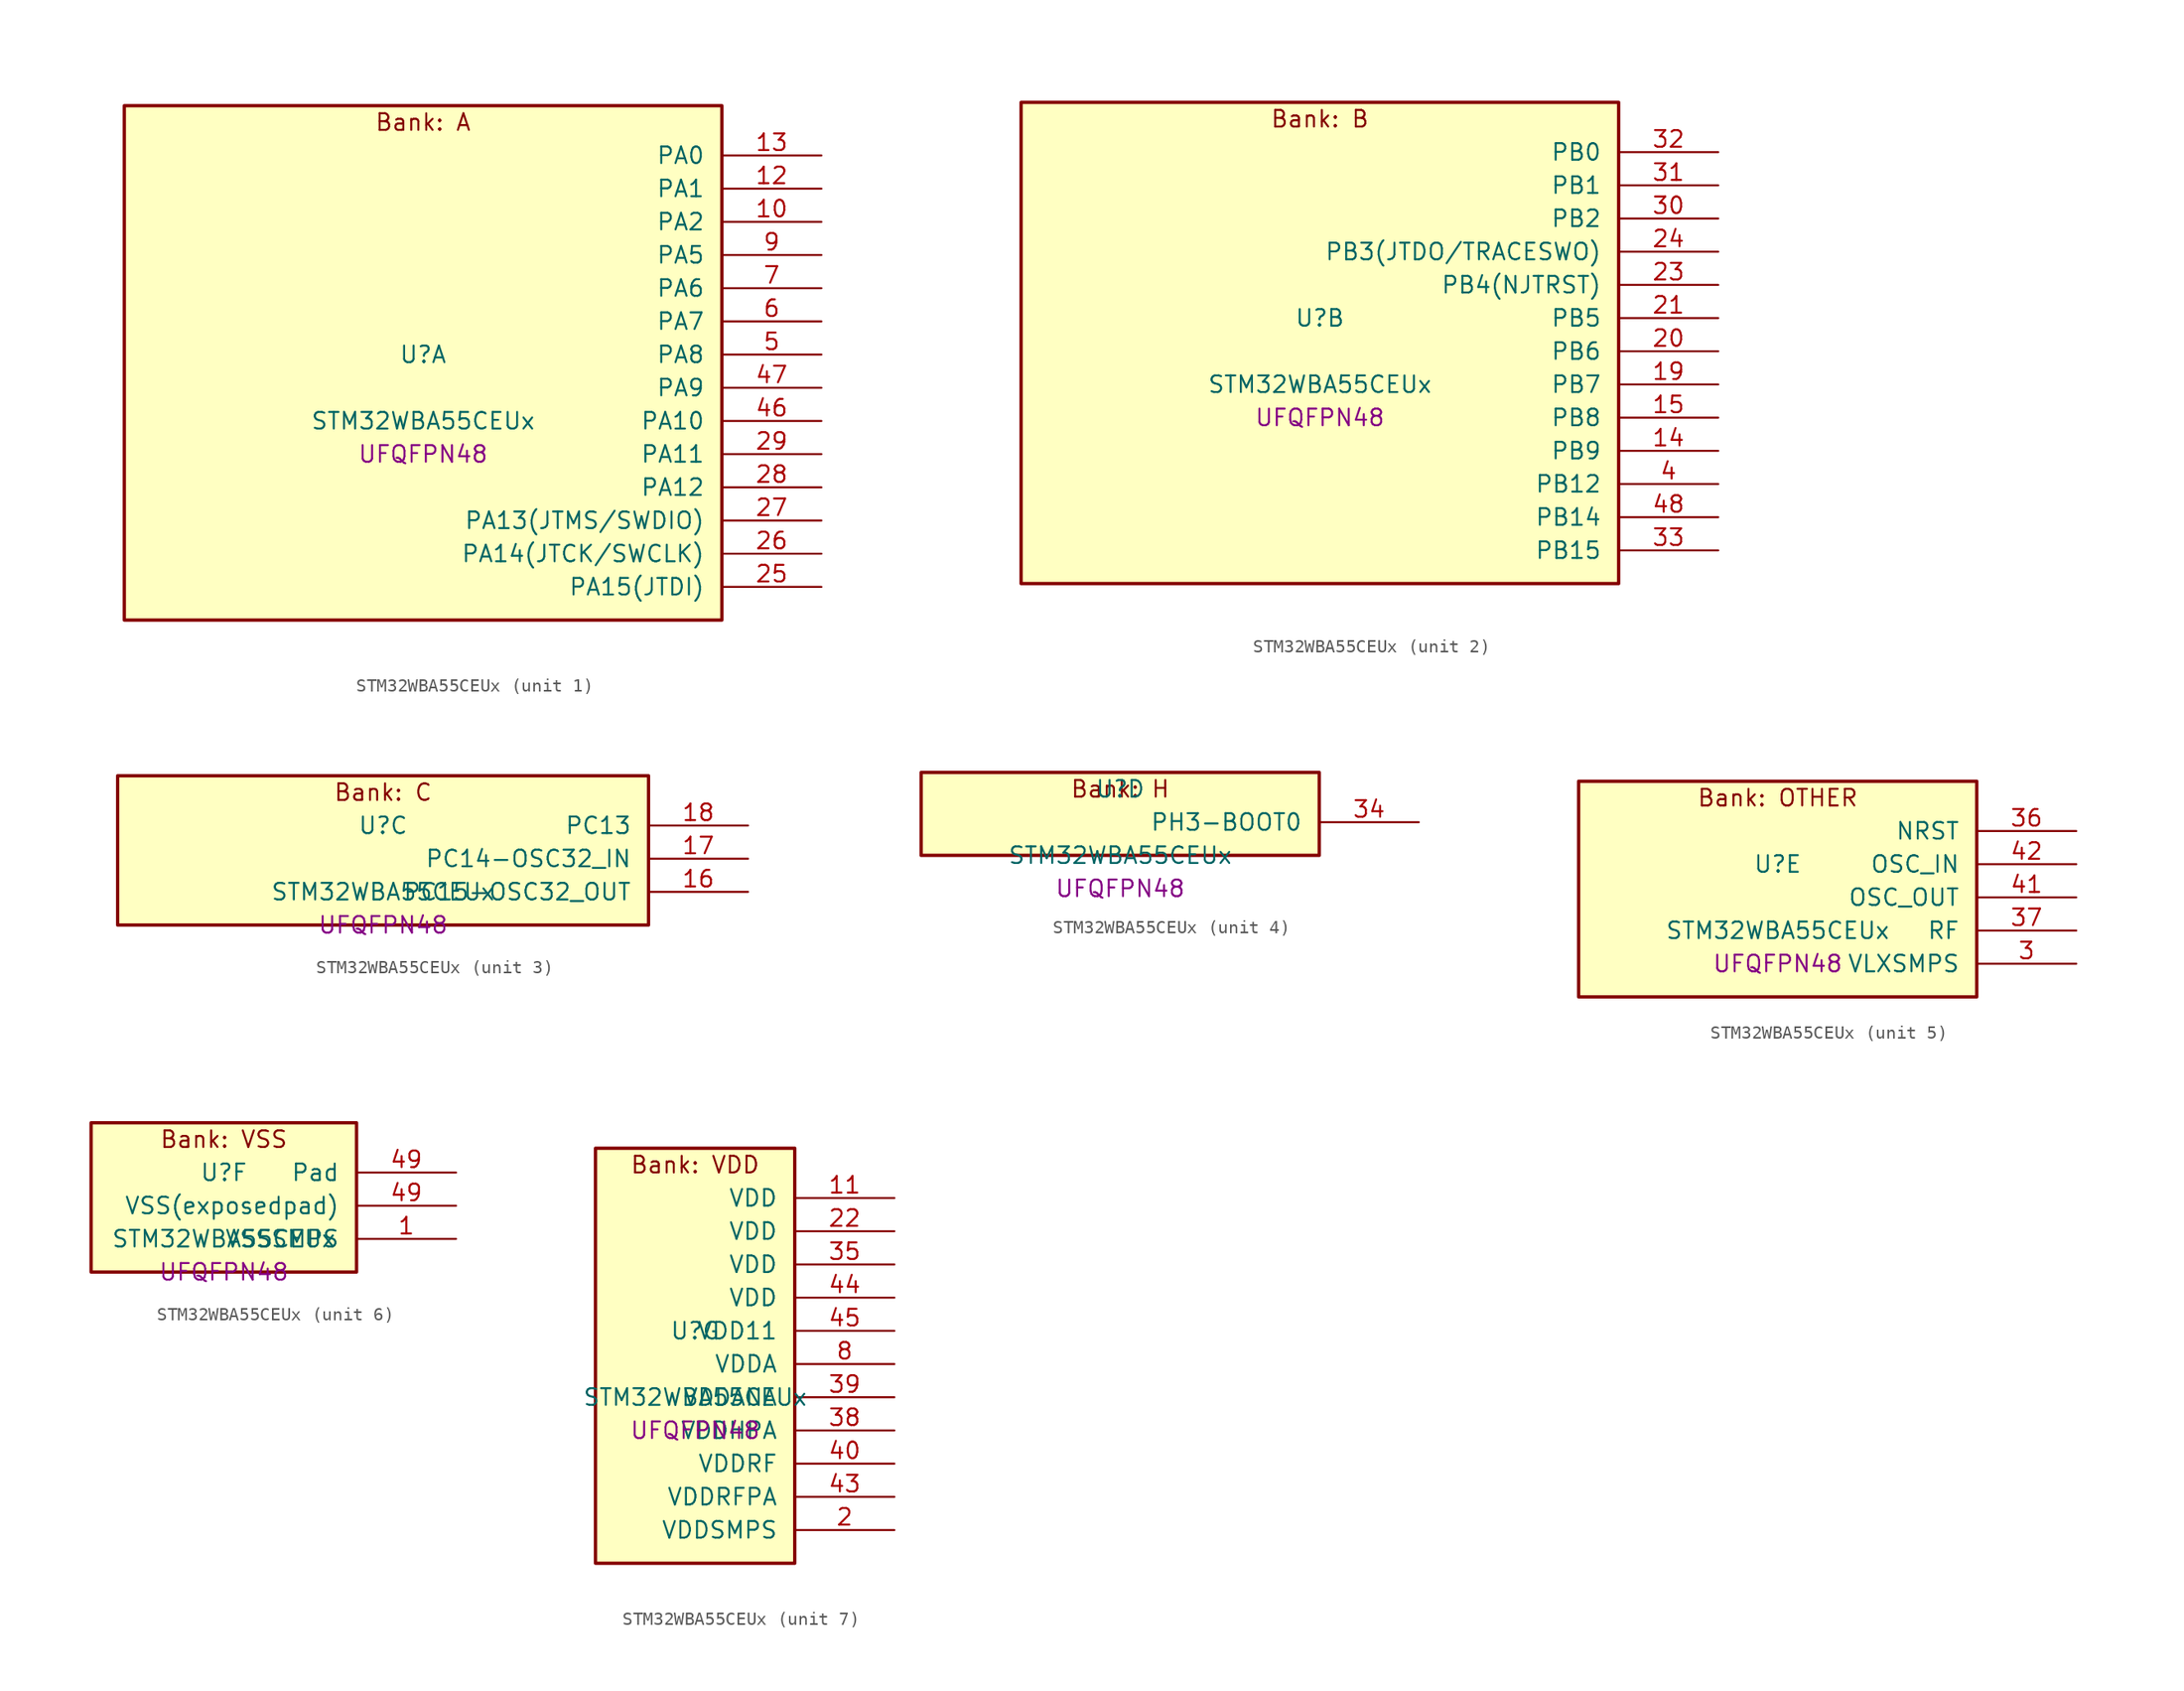
<source format=kicad_sym>
(kicad_symbol_lib
  (version 20241209)
  (generator "stm32_pkl_generator")
  (generator_version "1.0")
  (symbol "STM32WBA55CEUx"
    (pin_names
      (offset 1.27))
    (property "Reference" "U"
      (at 0 2.54 0))
    (property "Value" "STM32WBA55CEUx"
      (at 0 -2.54 0))
    (property "Footprint" "UFQFPN48"
      (at 0 -5.08 0))
    (symbol "STM32WBA55CEUx_1_1"
      (rectangle (start -22.86 21.59) (end 22.86 -17.78) (stroke (width 0.254) (type solid)) (fill (type background)))
      (text "Bank: A" (at 0 20.32 0))
      (pin bidirectional line (at 30.48 17.78 180) (length 7.62) (name "PA0") (number "13") (alternate "PA0/ADC4_IN9" bidirectional line) (alternate "PA0/COMP2_INP" bidirectional line) (alternate "PA0/LPTIM1_IN1" bidirectional line) (alternate "PA0/LPUART1_CTS" bidirectional line) (alternate "PA0/PWR_WKUP1" bidirectional line) (alternate "PA0/SPI3_SCK" bidirectional line) (alternate "PA0/TIM1_CH2N" bidirectional line) (alternate "PA0/TIM3_CH3" bidirectional line) (alternate "PA0/TIM3_ETR" bidirectional line) (alternate "PA0/TSC_G2_IO2" bidirectional line))
      (pin bidirectional line (at 30.48 15.24 180) (length 7.62) (name "PA1") (number "12") (alternate "PA1/ADC4_IN8" bidirectional line) (alternate "PA1/COMP1_INM" bidirectional line) (alternate "PA1/LPTIM2_CH2" bidirectional line) (alternate "PA1/LPUART1_RX" bidirectional line) (alternate "PA1/PWR_WKUP3" bidirectional line) (alternate "PA1/SAI1_CK1" bidirectional line) (alternate "PA1/SPI1_RDY" bidirectional line) (alternate "PA1/TIM17_CH1" bidirectional line) (alternate "PA1/TIM1_CH1N" bidirectional line) (alternate "PA1/TIM3_CH2" bidirectional line) (alternate "PA1/TSC_G2_IO1" bidirectional line) (alternate "PA1/USART1_CK" bidirectional line))
      (pin bidirectional line (at 30.48 12.7 180) (length 7.62) (name "PA2") (number "10") (alternate "PA2/ADC4_IN7" bidirectional line) (alternate "PA2/COMP1_INP" bidirectional line) (alternate "PA2/LPUART1_TX" bidirectional line) (alternate "PA2/PWR_WKUP4" bidirectional line) (alternate "PA2/RCC_LSCO" bidirectional line) (alternate "PA2/SAI1_D1" bidirectional line) (alternate "PA2/TIM16_CH1" bidirectional line) (alternate "PA2/TIM1_BKIN" bidirectional line) (alternate "PA2/TIM3_CH1" bidirectional line) (alternate "PA2/TSC_G4_IO4" bidirectional line) (alternate "PA2/USART1_DE" bidirectional line) (alternate "PA2/USART1_RTS" bidirectional line))
      (pin bidirectional line (at 30.48 10.16 180) (length 7.62) (name "PA5") (number "9") (alternate "PA5/ADC4_IN4" bidirectional line) (alternate "PA5/AUDIOCLK" bidirectional line) (alternate "PA5/LPTIM2_ETR" bidirectional line) (alternate "PA5/PWR_CSLEEP" bidirectional line) (alternate "PA5/PWR_WKUP6" bidirectional line) (alternate "PA5/SAI1_D2" bidirectional line) (alternate "PA5/SPI3_NSS" bidirectional line) (alternate "PA5/TIM2_CH1" bidirectional line) (alternate "PA5/TIM2_ETR" bidirectional line) (alternate "PA5/TSC_G1_IO4" bidirectional line) (alternate "PA5/USART1_CK" bidirectional line))
      (pin bidirectional line (at 30.48 7.62 180) (length 7.62) (name "PA6") (number "7") (alternate "PA6/ADC4_IN3" bidirectional line) (alternate "PA6/I2C3_SCL" bidirectional line) (alternate "PA6/PWR_CSTOP" bidirectional line) (alternate "PA6/PWR_WKUP7" bidirectional line) (alternate "PA6/SAI1_CK2" bidirectional line) (alternate "PA6/SAI1_MCLK_A" bidirectional line) (alternate "PA6/SPI3_RDY" bidirectional line) (alternate "PA6/TIM2_CH4" bidirectional line) (alternate "PA6/TSC_G1_IO3" bidirectional line) (alternate "PA6/USART1_DE" bidirectional line) (alternate "PA6/USART1_RTS" bidirectional line))
      (pin bidirectional line (at 30.48 5.08 180) (length 7.62) (name "PA7") (number "6") (alternate "PA7/ADC4_IN2" bidirectional line) (alternate "PA7/COMP1_OUT" bidirectional line) (alternate "PA7/I2C3_SDA" bidirectional line) (alternate "PA7/PWR_WKUP8" bidirectional line) (alternate "PA7/SAI1_SCK_A" bidirectional line) (alternate "PA7/TAMP_IN1" bidirectional line) (alternate "PA7/TAMP_OUT2" bidirectional line) (alternate "PA7/TIM2_CH3" bidirectional line) (alternate "PA7/TSC_G1_IO2" bidirectional line) (alternate "PA7/USART1_CTS" bidirectional line))
      (pin bidirectional line (at 30.48 2.54 180) (length 7.62) (name "PA8") (number "5") (alternate "PA8/ADC4_IN1" bidirectional line) (alternate "PA8/LPTIM1_CH2" bidirectional line) (alternate "PA8/RCC_MCO" bidirectional line) (alternate "PA8/SAI1_FS_A" bidirectional line) (alternate "PA8/SPI3_RDY" bidirectional line) (alternate "PA8/TIM2_CH2" bidirectional line) (alternate "PA8/TSC_G1_IO1" bidirectional line) (alternate "PA8/USART1_RX" bidirectional line))
      (pin bidirectional line (at 30.48 0 180) (length 7.62) (name "PA9") (number "47") (alternate "PA9/LPUART1_DE" bidirectional line) (alternate "PA9/LPUART1_RTS" bidirectional line) (alternate "PA9/SAI1_CK1" bidirectional line) (alternate "PA9/TIM3_CH2" bidirectional line))
      (pin bidirectional line (at 30.48 -2.54 180) (length 7.62) (name "PA10") (number "46") (alternate "PA10/LPUART1_RX" bidirectional line) (alternate "PA10/SAI1_D1" bidirectional line) (alternate "PA10/TIM3_CH1" bidirectional line))
      (pin bidirectional line (at 30.48 -5.08 180) (length 7.62) (name "PA11") (number "29") (alternate "PA11/LPTIM2_CH1" bidirectional line) (alternate "PA11/RF_ANTSW1" bidirectional line) (alternate "PA11/TIM1_CH1" bidirectional line) (alternate "PA11/USART2_RX" bidirectional line))
      (pin bidirectional line (at 30.48 -7.62 180) (length 7.62) (name "PA12") (number "28") (alternate "PA12/COMP2_OUT" bidirectional line) (alternate "PA12/PTA_STATUS" bidirectional line) (alternate "PA12/PWR_WKUP6" bidirectional line) (alternate "PA12/RF_ANTSW0" bidirectional line) (alternate "PA12/SPI1_NSS" bidirectional line) (alternate "PA12/TIM1_CH2" bidirectional line) (alternate "PA12/TSC_G3_IO4" bidirectional line) (alternate "PA12/USART2_TX" bidirectional line))
      (pin bidirectional line (at 30.48 -10.16 180) (length 7.62) (name "PA13(JTMS/SWDIO)") (number "27") (alternate "PA13(JTMS/SWDIO)/DEBUG_JTMS-SWDIO" bidirectional line) (alternate "PA13(JTMS/SWDIO)/IR_OUT" bidirectional line) (alternate "PA13(JTMS/SWDIO)/PTA_PRIORITY" bidirectional line))
      (pin bidirectional line (at 30.48 -12.7 180) (length 7.62) (name "PA14(JTCK/SWCLK)") (number "26") (alternate "PA14(JTCK/SWCLK)/COMP2_OUT" bidirectional line) (alternate "PA14(JTCK/SWCLK)/DEBUG_JTCK-SWCLK" bidirectional line) (alternate "PA14(JTCK/SWCLK)/PTA_STATUS" bidirectional line) (alternate "PA14(JTCK/SWCLK)/TAMP_IN3" bidirectional line) (alternate "PA14(JTCK/SWCLK)/TAMP_OUT6" bidirectional line) (alternate "PA14(JTCK/SWCLK)/USART2_TX" bidirectional line))
      (pin bidirectional line (at 30.48 -15.24 180) (length 7.62) (name "PA15(JTDI)") (number "25") (alternate "PA15(JTDI)/ADC4_EXTI15" bidirectional line) (alternate "PA15(JTDI)/DEBUG_JTDI" bidirectional line) (alternate "PA15(JTDI)/I2C1_SCL" bidirectional line) (alternate "PA15(JTDI)/LPTIM1_CH2" bidirectional line) (alternate "PA15(JTDI)/PTA_STATUS" bidirectional line) (alternate "PA15(JTDI)/SPI1_MOSI" bidirectional line) (alternate "PA15(JTDI)/TIM17_BKIN" bidirectional line) (alternate "PA15(JTDI)/TIM1_ETR" bidirectional line) (alternate "PA15(JTDI)/TSC_G3_IO3" bidirectional line) (alternate "PA15(JTDI)/USART2_DE" bidirectional line) (alternate "PA15(JTDI)/USART2_RTS" bidirectional line)))
    (symbol "STM32WBA55CEUx_2_1"
      (rectangle (start -22.86 19.05) (end 22.86 -17.78) (stroke (width 0.254) (type solid)) (fill (type background)))
      (text "Bank: B" (at 0 17.78 0))
      (pin bidirectional line (at 30.48 15.24 180) (length 7.62) (name "PB0") (number "32") (alternate "PB0/LPTIM2_IN2" bidirectional line) (alternate "PB0/TIM1_CH3N" bidirectional line) (alternate "PB0/USART2_TX" bidirectional line))
      (pin bidirectional line (at 30.48 12.7 180) (length 7.62) (name "PB1") (number "31") (alternate "PB1/I2C1_SDA" bidirectional line) (alternate "PB1/I2C3_SDA" bidirectional line) (alternate "PB1/PWR_WKUP4" bidirectional line) (alternate "PB1/TIM1_CH2N" bidirectional line) (alternate "PB1/USART2_DE" bidirectional line) (alternate "PB1/USART2_RTS" bidirectional line))
      (pin bidirectional line (at 30.48 10.16 180) (length 7.62) (name "PB2") (number "30") (alternate "PB2/I2C1_SCL" bidirectional line) (alternate "PB2/I2C3_SCL" bidirectional line) (alternate "PB2/PWR_WKUP1" bidirectional line) (alternate "PB2/RF_ANTSW2" bidirectional line) (alternate "PB2/RTC_OUT2" bidirectional line) (alternate "PB2/TIM1_CH1N" bidirectional line) (alternate "PB2/USART2_CTS" bidirectional line))
      (pin bidirectional line (at 30.48 7.62 180) (length 7.62) (name "PB3(JTDO/TRACESWO)") (number "24") (alternate "PB3(JTDO/TRACESWO)/DEBUG_JTDO-SWO" bidirectional line) (alternate "PB3(JTDO/TRACESWO)/I2C1_SDA" bidirectional line) (alternate "PB3(JTDO/TRACESWO)/LPTIM1_IN2" bidirectional line) (alternate "PB3(JTDO/TRACESWO)/PTA_ACTIVE" bidirectional line) (alternate "PB3(JTDO/TRACESWO)/SPI1_MISO" bidirectional line) (alternate "PB3(JTDO/TRACESWO)/TIM17_CH1N" bidirectional line) (alternate "PB3(JTDO/TRACESWO)/TIM1_CH4" bidirectional line) (alternate "PB3(JTDO/TRACESWO)/TSC_G3_IO2" bidirectional line) (alternate "PB3(JTDO/TRACESWO)/USART2_CK" bidirectional line))
      (pin bidirectional line (at 30.48 5.08 180) (length 7.62) (name "PB4(NJTRST)") (number "23") (alternate "PB4(NJTRST)/DEBUG_JTRST" bidirectional line) (alternate "PB4(NJTRST)/LPTIM2_IN2" bidirectional line) (alternate "PB4(NJTRST)/PTA_ACTIVE" bidirectional line) (alternate "PB4(NJTRST)/PTA_PRIORITY" bidirectional line) (alternate "PB4(NJTRST)/SAI1_MCLK_B" bidirectional line) (alternate "PB4(NJTRST)/SPI1_SCK" bidirectional line) (alternate "PB4(NJTRST)/TIM17_CH1" bidirectional line) (alternate "PB4(NJTRST)/TIM1_CH3" bidirectional line) (alternate "PB4(NJTRST)/TSC_G3_IO1" bidirectional line) (alternate "PB4(NJTRST)/USART2_RX" bidirectional line))
      (pin bidirectional line (at 30.48 2.54 180) (length 7.62) (name "PB5") (number "21") (alternate "PB5/LPUART1_TX" bidirectional line) (alternate "PB5/SAI1_D2" bidirectional line) (alternate "PB5/SAI1_FS_B" bidirectional line) (alternate "PB5/TIM3_CH1" bidirectional line) (alternate "PB5/TSC_G5_IO4" bidirectional line))
      (pin bidirectional line (at 30.48 0 180) (length 7.62) (name "PB6") (number "20") (alternate "PB6/PWR_WKUP3" bidirectional line) (alternate "PB6/SAI1_SCK_B" bidirectional line) (alternate "PB6/TIM2_CH1" bidirectional line) (alternate "PB6/TIM2_ETR" bidirectional line) (alternate "PB6/TSC_G5_IO3" bidirectional line))
      (pin bidirectional line (at 30.48 -2.54 180) (length 7.62) (name "PB7") (number "19") (alternate "PB7/PWR_WKUP5" bidirectional line) (alternate "PB7/SAI1_SD_B" bidirectional line) (alternate "PB7/TAMP_IN5" bidirectional line) (alternate "PB7/TAMP_OUT4" bidirectional line) (alternate "PB7/TIM1_CH4N" bidirectional line) (alternate "PB7/TSC_G5_IO2" bidirectional line))
      (pin bidirectional line (at 30.48 -5.08 180) (length 7.62) (name "PB8") (number "15") (alternate "PB8/COMP1_OUT" bidirectional line) (alternate "PB8/LPTIM1_ETR" bidirectional line) (alternate "PB8/PWR_PVD_IN" bidirectional line) (alternate "PB8/SPI3_MOSI" bidirectional line) (alternate "PB8/TIM16_CH1N" bidirectional line) (alternate "PB8/TIM1_CH1" bidirectional line) (alternate "PB8/TIM3_ETR" bidirectional line) (alternate "PB8/TSC_G2_IO4" bidirectional line) (alternate "PB8/USART2_RX" bidirectional line))
      (pin bidirectional line (at 30.48 -7.62 180) (length 7.62) (name "PB9") (number "14") (alternate "PB9/ADC4_IN10" bidirectional line) (alternate "PB9/COMP2_INM" bidirectional line) (alternate "PB9/IR_OUT" bidirectional line) (alternate "PB9/LPTIM2_IN1" bidirectional line) (alternate "PB9/LPUART1_DE" bidirectional line) (alternate "PB9/LPUART1_RTS" bidirectional line) (alternate "PB9/PWR_WKUP8" bidirectional line) (alternate "PB9/SPI3_MISO" bidirectional line) (alternate "PB9/TIM16_CH1" bidirectional line) (alternate "PB9/TIM1_CH3N" bidirectional line) (alternate "PB9/TIM3_CH4" bidirectional line) (alternate "PB9/TSC_G2_IO3" bidirectional line))
      (pin bidirectional line (at 30.48 -10.16 180) (length 7.62) (name "PB12") (number "4") (alternate "PB12/SAI1_SD_A" bidirectional line) (alternate "PB12/SPI1_RDY" bidirectional line) (alternate "PB12/TIM2_CH1" bidirectional line) (alternate "PB12/TIM2_ETR" bidirectional line) (alternate "PB12/TIM3_ETR" bidirectional line) (alternate "PB12/TSC_SYNC" bidirectional line) (alternate "PB12/USART1_TX" bidirectional line))
      (pin bidirectional line (at 30.48 -12.7 180) (length 7.62) (name "PB14") (number "48") (alternate "PB14/PWR_WKUP7" bidirectional line) (alternate "PB14/RTC_REFIN" bidirectional line) (alternate "PB14/SAI1_SD_A" bidirectional line) (alternate "PB14/TIM3_CH3" bidirectional line) (alternate "PB14/TSC_G6_IO1" bidirectional line) (alternate "PB14/USART1_TX" bidirectional line))
      (pin bidirectional line (at 30.48 -15.24 180) (length 7.62) (name "PB15") (number "33") (alternate "PB15/ADC4_EXTI15" bidirectional line) (alternate "PB15/I2C1_SMBA" bidirectional line) (alternate "PB15/I2C3_SMBA" bidirectional line) (alternate "PB15/LPUART1_CTS" bidirectional line) (alternate "PB15/PTA_GRANT" bidirectional line) (alternate "PB15/RF_EXTPABYP" bidirectional line) (alternate "PB15/TIM16_BKIN" bidirectional line) (alternate "PB15/TIM1_BKIN2" bidirectional line) (alternate "PB15/USART2_CTS" bidirectional line)))
    (symbol "STM32WBA55CEUx_3_1"
      (rectangle (start -20.32 6.35) (end 20.32 -5.08) (stroke (width 0.254) (type solid)) (fill (type background)))
      (text "Bank: C" (at 0 5.08 0))
      (pin bidirectional line (at 27.94 2.54 180) (length 7.62) (name "PC13") (number "18") (alternate "PC13/PWR_WKUP2" bidirectional line) (alternate "PC13/RTC_OUT1" bidirectional line) (alternate "PC13/RTC_TS" bidirectional line) (alternate "PC13/TAMP_IN4" bidirectional line) (alternate "PC13/TAMP_OUT5" bidirectional line) (alternate "PC13/TIM1_BKIN2" bidirectional line) (alternate "PC13/TSC_G5_IO1" bidirectional line))
      (pin bidirectional line (at 27.94 0 180) (length 7.62) (name "PC14-OSC32_IN") (number "17") (alternate "PC14-OSC32_IN/RCC_OSC32_IN" bidirectional line))
      (pin bidirectional line (at 27.94 -2.54 180) (length 7.62) (name "PC15-OSC32_OUT") (number "16") (alternate "PC15-OSC32_OUT/ADC4_EXTI15" bidirectional line) (alternate "PC15-OSC32_OUT/RCC_OSC32_OUT" bidirectional line)))
    (symbol "STM32WBA55CEUx_4_1"
      (rectangle (start -15.24 3.81) (end 15.24 -2.54) (stroke (width 0.254) (type solid)) (fill (type background)))
      (text "Bank: H" (at 0 2.54 0))
      (pin bidirectional line (at 22.86 0 180) (length 7.62) (name "PH3-BOOT0") (number "34") (alternate "PH3-BOOT0/PTA_GRANT" bidirectional line) (alternate "PH3-BOOT0/RF_EXTPABYP" bidirectional line) (alternate "PH3-BOOT0/TAMP_IN2" bidirectional line) (alternate "PH3-BOOT0/TAMP_OUT1" bidirectional line)))
    (symbol "STM32WBA55CEUx_5_1"
      (rectangle (start -15.24 8.89) (end 15.24 -7.62) (stroke (width 0.254) (type solid)) (fill (type background)))
      (text "Bank: OTHER" (at 0 7.62 0))
      (pin input line (at 22.86 5.08 180) (length 7.62) (name "NRST") (number "36"))
      (pin bidirectional line (at 22.86 2.54 180) (length 7.62) (name "OSC_IN") (number "42") (alternate "OSC_IN/RCC_OSC_IN" bidirectional line))
      (pin bidirectional line (at 22.86 0 180) (length 7.62) (name "OSC_OUT") (number "41") (alternate "OSC_OUT/RCC_OSC_OUT" bidirectional line))
      (pin bidirectional line (at 22.86 -2.54 180) (length 7.62) (name "RF") (number "37"))
      (pin power_in line (at 22.86 -5.08 180) (length 7.62) (name "VLXSMPS") (number "3")))
    (symbol "STM32WBA55CEUx_6_1"
      (rectangle (start -10.16 6.35) (end 10.16 -5.08) (stroke (width 0.254) (type solid)) (fill (type background)))
      (text "Bank: VSS" (at 0 5.08 0))
      (pin passive line (at 17.78 2.54 180) (length 7.62) (name "Pad") (number "49"))
      (pin power_in line (at 17.78 0 180) (length 7.62) (name "VSS(exposedpad)") (number "49"))
      (pin power_in line (at 17.78 -2.54 180) (length 7.62) (name "VSSSMPS") (number "1")))
    (symbol "STM32WBA55CEUx_7_1"
      (rectangle (start -7.62 16.51) (end 7.62 -15.24) (stroke (width 0.254) (type solid)) (fill (type background)))
      (text "Bank: VDD" (at 0 15.24 0))
      (pin power_in line (at 15.24 12.7 180) (length 7.62) (name "VDD") (number "11"))
      (pin power_in line (at 15.24 10.16 180) (length 7.62) (name "VDD") (number "22"))
      (pin power_in line (at 15.24 7.62 180) (length 7.62) (name "VDD") (number "35"))
      (pin power_in line (at 15.24 5.08 180) (length 7.62) (name "VDD") (number "44"))
      (pin power_in line (at 15.24 2.54 180) (length 7.62) (name "VDD11") (number "45"))
      (pin power_in line (at 15.24 0 180) (length 7.62) (name "VDDA") (number "8"))
      (pin power_in line (at 15.24 -2.54 180) (length 7.62) (name "VDDANA") (number "39"))
      (pin power_in line (at 15.24 -5.08 180) (length 7.62) (name "VDDHPA") (number "38"))
      (pin power_in line (at 15.24 -7.62 180) (length 7.62) (name "VDDRF") (number "40"))
      (pin power_in line (at 15.24 -10.16 180) (length 7.62) (name "VDDRFPA") (number "43"))
      (pin power_in line (at 15.24 -12.7 180) (length 7.62) (name "VDDSMPS") (number "2")))))
</source>
